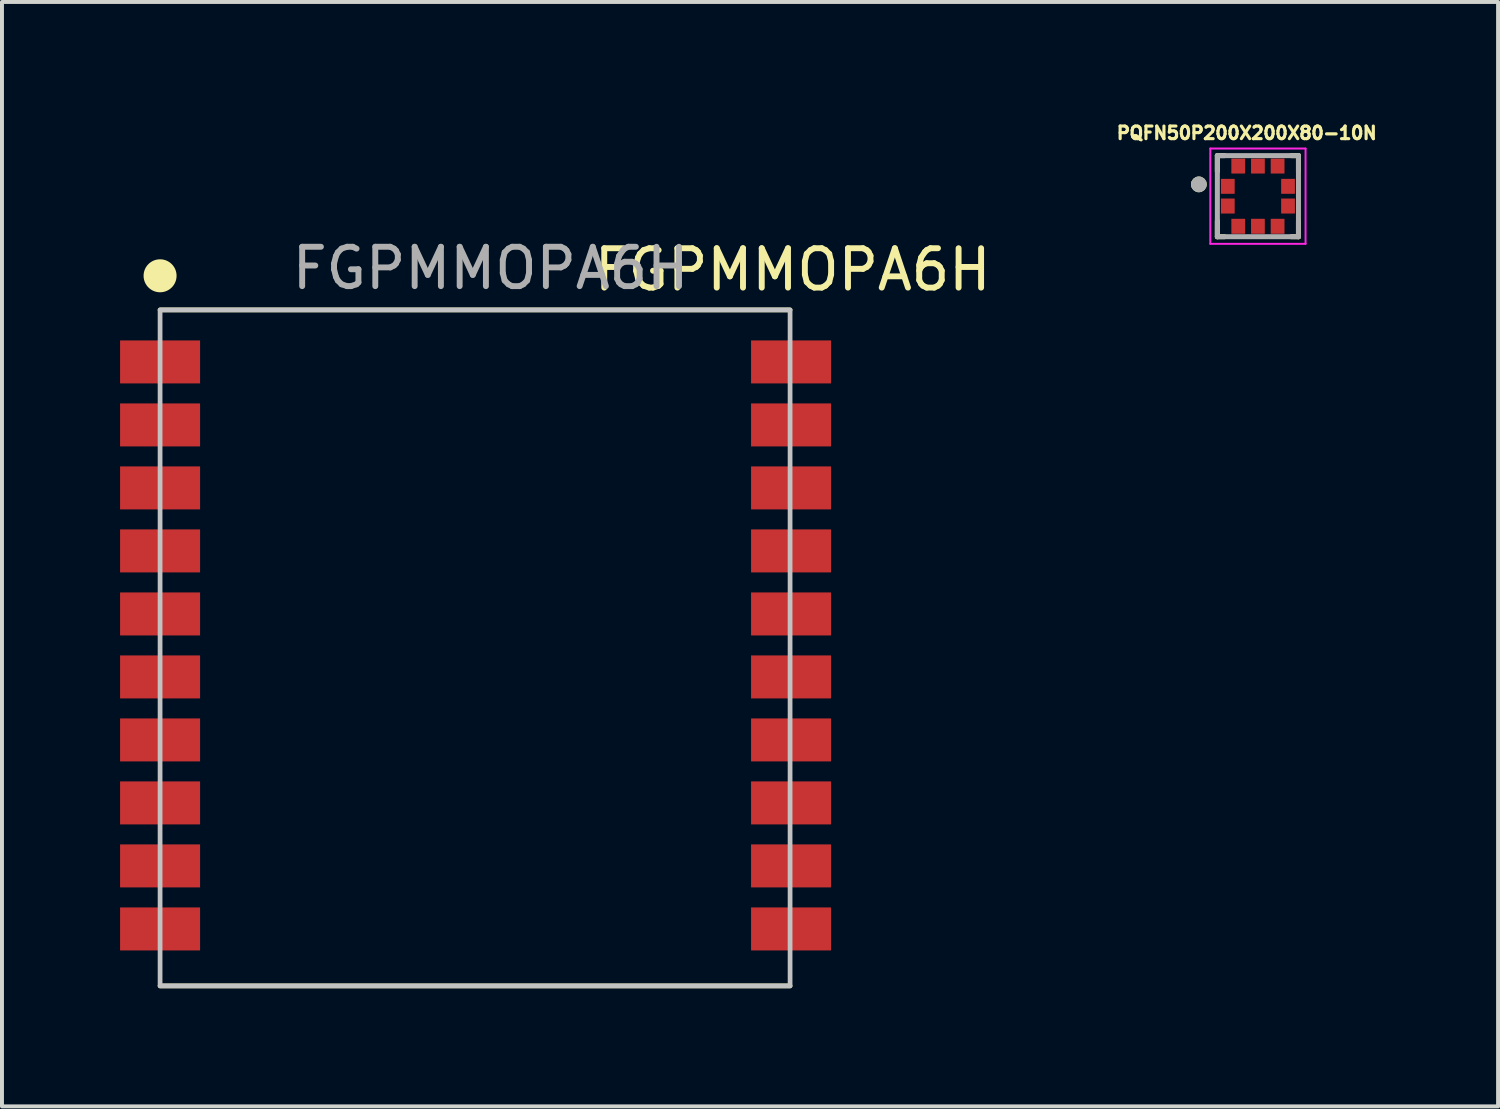
<source format=kicad_pcb>
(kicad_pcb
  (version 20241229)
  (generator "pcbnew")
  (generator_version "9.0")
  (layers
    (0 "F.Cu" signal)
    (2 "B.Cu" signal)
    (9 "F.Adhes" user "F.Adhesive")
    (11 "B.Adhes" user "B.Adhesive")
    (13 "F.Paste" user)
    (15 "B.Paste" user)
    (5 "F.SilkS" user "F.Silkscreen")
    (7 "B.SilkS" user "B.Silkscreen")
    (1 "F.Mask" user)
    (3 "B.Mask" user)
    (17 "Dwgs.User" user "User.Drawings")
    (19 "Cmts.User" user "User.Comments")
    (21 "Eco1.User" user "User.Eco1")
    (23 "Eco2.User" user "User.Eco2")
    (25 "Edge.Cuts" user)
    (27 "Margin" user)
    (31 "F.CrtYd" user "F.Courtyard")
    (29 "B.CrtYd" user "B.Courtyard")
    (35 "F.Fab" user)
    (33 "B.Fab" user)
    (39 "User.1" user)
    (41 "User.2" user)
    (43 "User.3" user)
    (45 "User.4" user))
  (footprint "PQFN50P200X200X80-10N"
    (layer "F.Cu")
    (at 28.901 1.933)
    (property "Reference" "PQFN50P200X200X80-10N" (at -0.284 -1.605 0) (layer "F.SilkS") (effects (font (size 0.32 0.32) (thickness 0.15))))
    (attr through_hole)
    (fp_line (start -1.03 -1.03) (end -0.85 -1.03) (stroke (width 0.127) (type solid)) (layer "F.SilkS"))
    (fp_line (start -1.03 -0.63) (end -1.03 -1.03) (stroke (width 0.127) (type solid)) (layer "F.SilkS"))
    (fp_line (start -1.03 1.03) (end -1.03 0.63) (stroke (width 0.127) (type solid)) (layer "F.SilkS"))
    (fp_line (start -0.85 1.03) (end -1.03 1.03) (stroke (width 0.127) (type solid)) (layer "F.SilkS"))
    (fp_line (start 0.85 -1.03) (end 1.03 -1.03) (stroke (width 0.127) (type solid)) (layer "F.SilkS"))
    (fp_line (start 0.85 1.03) (end 1.03 1.03) (stroke (width 0.127) (type solid)) (layer "F.SilkS"))
    (fp_line (start 1.03 -1.03) (end 1.03 -0.63) (stroke (width 0.127) (type solid)) (layer "F.SilkS"))
    (fp_line (start 1.03 1.03) (end 1.03 0.63) (stroke (width 0.127) (type solid)) (layer "F.SilkS"))
    (fp_circle (center -1.5 -0.3) (end -1.4 -0.3) (stroke (width 0.2) (type solid)) (fill no) (layer "F.SilkS"))
    (fp_line (start -1.21 -1.21) (end 1.21 -1.21) (stroke (width 0.05) (type solid)) (layer "F.CrtYd"))
    (fp_line (start -1.21 1.21) (end -1.21 -1.21) (stroke (width 0.05) (type solid)) (layer "F.CrtYd"))
    (fp_line (start 1.21 -1.21) (end 1.21 1.21) (stroke (width 0.05) (type solid)) (layer "F.CrtYd"))
    (fp_line (start 1.21 1.21) (end -1.21 1.21) (stroke (width 0.05) (type solid)) (layer "F.CrtYd"))
    (fp_line (start -1.03 -1.03) (end 1.03 -1.03) (stroke (width 0.127) (type solid)) (layer "F.Fab"))
    (fp_line (start -1.03 1.03) (end -1.03 -1.03) (stroke (width 0.127) (type solid)) (layer "F.Fab"))
    (fp_line (start 1.03 -1.03) (end 1.03 1.03) (stroke (width 0.127) (type solid)) (layer "F.Fab"))
    (fp_line (start 1.03 1.03) (end -1.03 1.03) (stroke (width 0.127) (type solid)) (layer "F.Fab"))
    (fp_circle (center -1.5 -0.3) (end -1.4 -0.3) (stroke (width 0.2) (type solid)) (fill no) (layer "F.Fab"))
    (pad "1" smd roundrect (at -0.765 -0.25 90) (size 0.38 0.35) (layers "F.Cu" "F.Mask" "F.Paste") (roundrect_rratio 0.02))
    (pad "2" smd roundrect (at -0.765 0.25 90) (size 0.38 0.35) (layers "F.Cu" "F.Mask" "F.Paste") (roundrect_rratio 0.02))
    (pad "3" smd roundrect (at -0.5 0.765 90) (size 0.38 0.35) (layers "F.Cu" "F.Mask" "F.Paste") (roundrect_rratio 0.02))
    (pad "4" smd roundrect (at 0 0.765 90) (size 0.38 0.35) (layers "F.Cu" "F.Mask" "F.Paste") (roundrect_rratio 0.02))
    (pad "5" smd roundrect (at 0.5 0.765 90) (size 0.38 0.35) (layers "F.Cu" "F.Mask" "F.Paste") (roundrect_rratio 0.02))
    (pad "6" smd roundrect (at 0.765 0.25 90) (size 0.38 0.35) (layers "F.Cu" "F.Mask" "F.Paste") (roundrect_rratio 0.02))
    (pad "7" smd roundrect (at 0.765 -0.25 90) (size 0.38 0.35) (layers "F.Cu" "F.Mask" "F.Paste") (roundrect_rratio 0.02))
    (pad "8" smd roundrect (at 0.5 -0.765 90) (size 0.38 0.35) (layers "F.Cu" "F.Mask" "F.Paste") (roundrect_rratio 0.02))
    (pad "9" smd roundrect (at 0 -0.765 90) (size 0.38 0.35) (layers "F.Cu" "F.Mask" "F.Paste") (roundrect_rratio 0.02))
    (pad "10" smd roundrect (at -0.5 -0.765 90) (size 0.38 0.35) (layers "F.Cu" "F.Mask" "F.Paste") (roundrect_rratio 0.02)))
  (footprint "FGPMMOPA6H"
    (layer "F.Cu")
    (at 11.684 0.25)
    (property "Reference" "FGPMMOPA6H" (at 5.4 3.55 0) (unlocked yes) (layer "F.SilkS") (effects (font (size 1 1) (thickness 0.15))))
    (attr smd)
    (fp_line (start -10.668 4.572) (end 5.334 4.572) (stroke (width 0.12) (type solid)) (layer "F.SilkS"))
    (fp_line (start -10.668 21.742) (end 5.334 21.742) (stroke (width 0.12) (type solid)) (layer "F.SilkS"))
    (fp_circle (center -10.668 3.705) (end -10.309 3.705) (stroke (width 0.12) (type solid)) (fill yes) (layer "F.SilkS"))
    (fp_rect (start -10.668 4.572) (end 5.334 21.742) (stroke (width 0.12) (type solid)) (fill no) (layer "Dwgs.User"))
    (fp_text user "${REFERENCE}" (at -2.273 3.513 0) (unlocked yes) (layer "F.Fab") (effects (font (size 1 1) (thickness 0.15))))
    (pad "1" smd rect (at -10.668 5.893 90) (size 1.092 2.032) (layers "F.Cu" "F.Mask" "F.Paste"))
    (pad "2" smd rect (at -10.668 7.493 90) (size 1.092 2.032) (layers "F.Cu" "F.Mask" "F.Paste"))
    (pad "3" smd rect (at -10.668 9.093 90) (size 1.092 2.032) (layers "F.Cu" "F.Mask" "F.Paste"))
    (pad "4" smd rect (at -10.668 10.693 90) (size 1.092 2.032) (layers "F.Cu" "F.Mask" "F.Paste"))
    (pad "5" smd rect (at -10.668 12.294 90) (size 1.092 2.032) (layers "F.Cu" "F.Mask" "F.Paste"))
    (pad "6" smd rect (at -10.668 13.894 90) (size 1.092 2.032) (layers "F.Cu" "F.Mask" "F.Paste"))
    (pad "7" smd rect (at -10.668 15.494 90) (size 1.092 2.032) (layers "F.Cu" "F.Mask" "F.Paste"))
    (pad "8" smd rect (at -10.668 17.094 90) (size 1.092 2.032) (layers "F.Cu" "F.Mask" "F.Paste"))
    (pad "9" smd rect (at -10.668 18.694 90) (size 1.092 2.032) (layers "F.Cu" "F.Mask" "F.Paste"))
    (pad "10" smd rect (at -10.668 20.295 90) (size 1.092 2.032) (layers "F.Cu" "F.Mask" "F.Paste"))
    (pad "11" smd rect (at 5.359 20.295 90) (size 1.092 2.032) (layers "F.Cu" "F.Mask" "F.Paste"))
    (pad "12" smd rect (at 5.359 18.694 90) (size 1.092 2.032) (layers "F.Cu" "F.Mask" "F.Paste"))
    (pad "13" smd rect (at 5.359 17.094 90) (size 1.092 2.032) (layers "F.Cu" "F.Mask" "F.Paste"))
    (pad "14" smd rect (at 5.359 15.494 90) (size 1.092 2.032) (layers "F.Cu" "F.Mask" "F.Paste"))
    (pad "15" smd rect (at 5.359 13.894 90) (size 1.092 2.032) (layers "F.Cu" "F.Mask" "F.Paste"))
    (pad "16" smd rect (at 5.359 12.294 90) (size 1.092 2.032) (layers "F.Cu" "F.Mask" "F.Paste"))
    (pad "17" smd rect (at 5.359 10.693 90) (size 1.092 2.032) (layers "F.Cu" "F.Mask" "F.Paste"))
    (pad "18" smd rect (at 5.359 9.093 90) (size 1.092 2.032) (layers "F.Cu" "F.Mask" "F.Paste"))
    (pad "19" smd rect (at 5.359 7.493 90) (size 1.092 2.032) (layers "F.Cu" "F.Mask" "F.Paste"))
    (pad "20" smd rect (at 5.359 5.893 90) (size 1.092 2.032) (layers "F.Cu" "F.Mask" "F.Paste")))
  (gr_rect
    (start -3 -3)
    (end 35.001 25.052)
    (stroke (width 0.1) (type default))
    (fill no)
    (layer "Edge.Cuts")))
</source>
